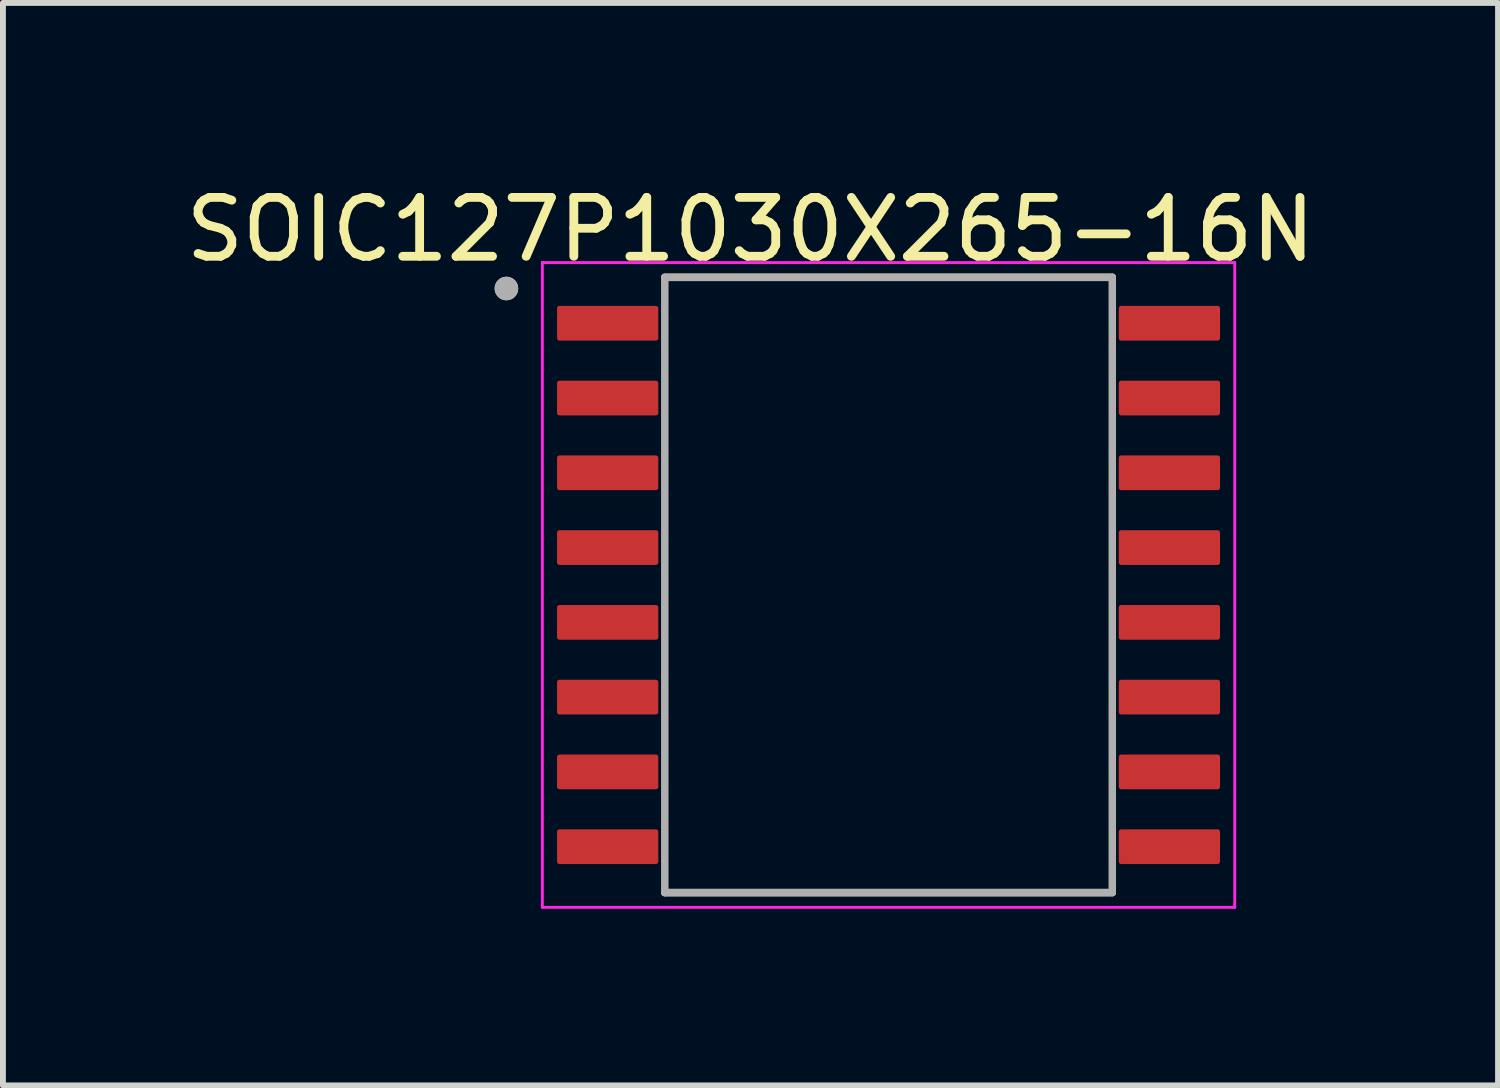
<source format=kicad_pcb>
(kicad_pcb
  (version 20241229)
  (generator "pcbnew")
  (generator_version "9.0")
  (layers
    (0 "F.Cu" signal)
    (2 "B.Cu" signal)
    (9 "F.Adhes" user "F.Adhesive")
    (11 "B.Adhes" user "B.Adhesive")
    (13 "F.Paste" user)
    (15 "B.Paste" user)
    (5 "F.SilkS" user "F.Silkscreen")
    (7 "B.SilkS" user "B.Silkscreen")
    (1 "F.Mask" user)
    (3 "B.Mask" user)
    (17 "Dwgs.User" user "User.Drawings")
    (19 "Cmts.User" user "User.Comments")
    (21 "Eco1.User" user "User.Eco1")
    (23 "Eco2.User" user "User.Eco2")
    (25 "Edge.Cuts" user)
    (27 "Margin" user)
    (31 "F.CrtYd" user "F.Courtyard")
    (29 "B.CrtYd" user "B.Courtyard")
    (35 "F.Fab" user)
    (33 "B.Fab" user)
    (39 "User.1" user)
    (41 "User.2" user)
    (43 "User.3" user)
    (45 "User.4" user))
  (footprint "SOIC127P1030X265-16N"
    (layer "F.Cu")
    (at 12.041 6.885)
    (property "Reference" "SOIC127P1030X265-16N" (at -2.345 -6.037 0) (layer "F.SilkS") (effects (font (size 1 1) (thickness 0.15))))
    (attr through_hole)
    (fp_line (start -3.8 -5.225) (end 3.8 -5.225) (stroke (width 0.127) (type solid)) (layer "F.SilkS"))
    (fp_line (start -3.8 5.225) (end 3.8 5.225) (stroke (width 0.127) (type solid)) (layer "F.SilkS"))
    (fp_circle (center -6.49 -5.035) (end -6.39 -5.035) (stroke (width 0.2) (type solid)) (fill no) (layer "F.SilkS"))
    (fp_line (start -5.88 -5.475) (end -5.88 5.475) (stroke (width 0.05) (type solid)) (layer "F.CrtYd"))
    (fp_line (start -5.88 -5.475) (end 5.88 -5.475) (stroke (width 0.05) (type solid)) (layer "F.CrtYd"))
    (fp_line (start -5.88 5.475) (end 5.88 5.475) (stroke (width 0.05) (type solid)) (layer "F.CrtYd"))
    (fp_line (start 5.88 -5.475) (end 5.88 5.475) (stroke (width 0.05) (type solid)) (layer "F.CrtYd"))
    (fp_line (start -3.8 -5.225) (end -3.8 5.225) (stroke (width 0.127) (type solid)) (layer "F.Fab"))
    (fp_line (start -3.8 -5.225) (end 3.8 -5.225) (stroke (width 0.127) (type solid)) (layer "F.Fab"))
    (fp_line (start -3.8 5.225) (end 3.8 5.225) (stroke (width 0.127) (type solid)) (layer "F.Fab"))
    (fp_line (start 3.8 -5.225) (end 3.8 5.225) (stroke (width 0.127) (type solid)) (layer "F.Fab"))
    (fp_circle (center -6.49 -5.035) (end -6.39 -5.035) (stroke (width 0.2) (type solid)) (fill no) (layer "F.Fab"))
    (pad "1" smd roundrect (at -4.77 -4.445) (size 1.72 0.59) (layers "F.Cu" "F.Mask" "F.Paste") (roundrect_rratio 0.07))
    (pad "2" smd roundrect (at -4.77 -3.175) (size 1.72 0.59) (layers "F.Cu" "F.Mask" "F.Paste") (roundrect_rratio 0.07))
    (pad "3" smd roundrect (at -4.77 -1.905) (size 1.72 0.59) (layers "F.Cu" "F.Mask" "F.Paste") (roundrect_rratio 0.07))
    (pad "4" smd roundrect (at -4.77 -0.635) (size 1.72 0.59) (layers "F.Cu" "F.Mask" "F.Paste") (roundrect_rratio 0.07))
    (pad "5" smd roundrect (at -4.77 0.635) (size 1.72 0.59) (layers "F.Cu" "F.Mask" "F.Paste") (roundrect_rratio 0.07))
    (pad "6" smd roundrect (at -4.77 1.905) (size 1.72 0.59) (layers "F.Cu" "F.Mask" "F.Paste") (roundrect_rratio 0.07))
    (pad "7" smd roundrect (at -4.77 3.175) (size 1.72 0.59) (layers "F.Cu" "F.Mask" "F.Paste") (roundrect_rratio 0.07))
    (pad "8" smd roundrect (at -4.77 4.445) (size 1.72 0.59) (layers "F.Cu" "F.Mask" "F.Paste") (roundrect_rratio 0.07))
    (pad "9" smd roundrect (at 4.77 4.445) (size 1.72 0.59) (layers "F.Cu" "F.Mask" "F.Paste") (roundrect_rratio 0.07))
    (pad "10" smd roundrect (at 4.77 3.175) (size 1.72 0.59) (layers "F.Cu" "F.Mask" "F.Paste") (roundrect_rratio 0.07))
    (pad "11" smd roundrect (at 4.77 1.905) (size 1.72 0.59) (layers "F.Cu" "F.Mask" "F.Paste") (roundrect_rratio 0.07))
    (pad "12" smd roundrect (at 4.77 0.635) (size 1.72 0.59) (layers "F.Cu" "F.Mask" "F.Paste") (roundrect_rratio 0.07))
    (pad "13" smd roundrect (at 4.77 -0.635) (size 1.72 0.59) (layers "F.Cu" "F.Mask" "F.Paste") (roundrect_rratio 0.07))
    (pad "14" smd roundrect (at 4.77 -1.905) (size 1.72 0.59) (layers "F.Cu" "F.Mask" "F.Paste") (roundrect_rratio 0.07))
    (pad "15" smd roundrect (at 4.77 -3.175) (size 1.72 0.59) (layers "F.Cu" "F.Mask" "F.Paste") (roundrect_rratio 0.07))
    (pad "16" smd roundrect (at 4.77 -4.445) (size 1.72 0.59) (layers "F.Cu" "F.Mask" "F.Paste") (roundrect_rratio 0.07)))
  (gr_rect
    (start -3 -3)
    (end 22.393 15.385)
    (stroke (width 0.1) (type default))
    (fill no)
    (layer "Edge.Cuts")))
</source>
